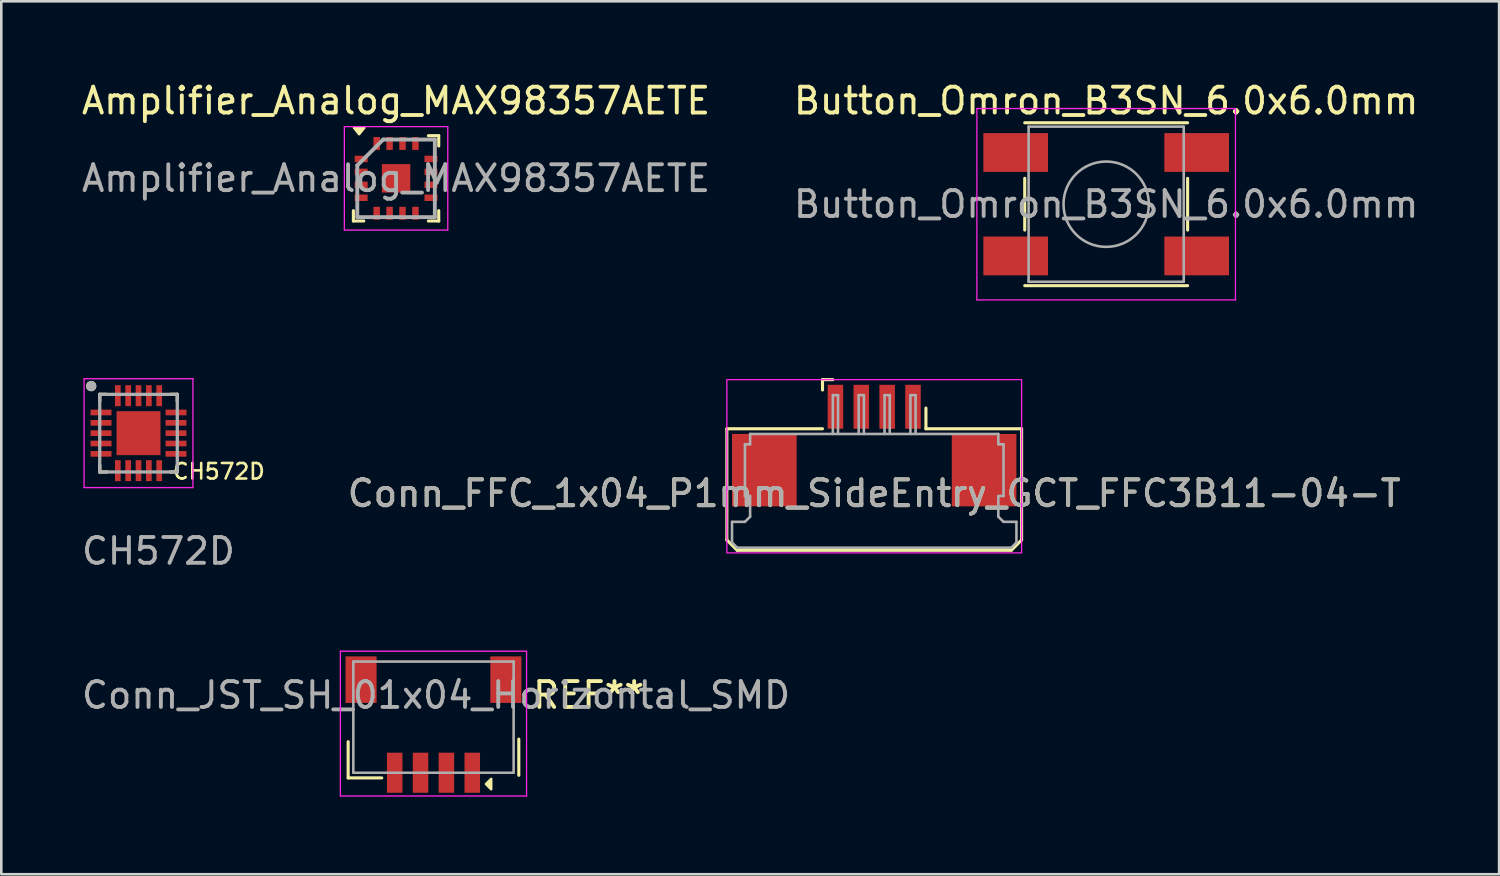
<source format=kicad_pcb>
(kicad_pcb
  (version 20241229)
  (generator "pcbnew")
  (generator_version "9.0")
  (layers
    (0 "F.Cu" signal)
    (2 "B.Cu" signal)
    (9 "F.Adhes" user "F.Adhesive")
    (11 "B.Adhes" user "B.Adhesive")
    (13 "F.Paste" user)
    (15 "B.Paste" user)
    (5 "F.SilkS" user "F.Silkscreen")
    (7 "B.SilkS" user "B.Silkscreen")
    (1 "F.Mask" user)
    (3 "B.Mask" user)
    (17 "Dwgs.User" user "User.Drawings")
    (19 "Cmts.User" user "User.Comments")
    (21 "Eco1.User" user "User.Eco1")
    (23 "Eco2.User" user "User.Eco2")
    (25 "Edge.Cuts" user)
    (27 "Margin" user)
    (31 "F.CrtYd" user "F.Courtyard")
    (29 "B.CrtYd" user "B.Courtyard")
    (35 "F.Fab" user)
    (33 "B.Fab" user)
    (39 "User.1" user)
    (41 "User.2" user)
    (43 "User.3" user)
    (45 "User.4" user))
  (footprint "Amplifier_Analog_MAX98357AETE"
    (layer "F.Cu")
    (at 12.268 3.848)
    (property "Reference" "Amplifier_Analog_MAX98357AETE" (at 0 -3 0) (layer "F.SilkS") (effects (font (size 1 1) (thickness 0.15))))
    (attr smd)
    (fp_line (start -1.65 1.65) (end -1.65 1.25) (stroke (width 0.12) (type default)) (layer "F.SilkS"))
    (fp_line (start -1.25 1.65) (end -1.65 1.65) (stroke (width 0.12) (type default)) (layer "F.SilkS"))
    (fp_line (start 1.25 -1.65) (end 1.65 -1.65) (stroke (width 0.12) (type default)) (layer "F.SilkS"))
    (fp_line (start 1.25 1.65) (end 1.65 1.65) (stroke (width 0.12) (type default)) (layer "F.SilkS"))
    (fp_line (start 1.65 -1.65) (end 1.65 -1.25) (stroke (width 0.12) (type default)) (layer "F.SilkS"))
    (fp_line (start 1.65 1.65) (end 1.65 1.25) (stroke (width 0.12) (type default)) (layer "F.SilkS"))
    (fp_poly (pts (xy -1.427 -1.709) (xy -1.627 -1.959) (xy -1.227 -1.959)) (stroke (width 0.1) (type solid)) (fill yes) (layer "F.SilkS"))
    (fp_line (start -2 -2) (end 2 -2) (stroke (width 0.05) (type default)) (layer "F.CrtYd"))
    (fp_line (start -2 2) (end -2 -2) (stroke (width 0.05) (type default)) (layer "F.CrtYd"))
    (fp_line (start 2 -2) (end 2 2) (stroke (width 0.05) (type default)) (layer "F.CrtYd"))
    (fp_line (start 2 2) (end -2 2) (stroke (width 0.05) (type default)) (layer "F.CrtYd"))
    (fp_line (start -1.5 -0.5) (end -1.5 1.5) (stroke (width 0.15) (type default)) (layer "F.Fab"))
    (fp_line (start -1.5 1.5) (end 1.5 1.5) (stroke (width 0.15) (type default)) (layer "F.Fab"))
    (fp_line (start -0.5 -1.5) (end -1.5 -0.5) (stroke (width 0.15) (type default)) (layer "F.Fab"))
    (fp_line (start 1.5 -1.5) (end -0.5 -1.5) (stroke (width 0.15) (type default)) (layer "F.Fab"))
    (fp_line (start 1.5 1.5) (end 1.5 -1.5) (stroke (width 0.15) (type default)) (layer "F.Fab"))
    (fp_text user "${REFERENCE}" (at 0 0 0) (layer "F.Fab") (effects (font (size 1 1) (thickness 0.15))))
    (pad "" smd rect (at 0 0) (size 0.9 0.9) (layers "F.Paste"))
    (pad "1" smd rect (at -1.35 -0.75 90) (size 0.25 0.5) (layers "F.Cu" "F.Mask" "F.Paste"))
    (pad "2" smd rect (at -1.35 -0.25 90) (size 0.25 0.5) (layers "F.Cu" "F.Mask" "F.Paste"))
    (pad "3" smd rect (at -1.35 0.25 90) (size 0.25 0.5) (layers "F.Cu" "F.Mask" "F.Paste"))
    (pad "4" smd rect (at -1.35 0.75 90) (size 0.25 0.5) (layers "F.Cu" "F.Mask" "F.Paste"))
    (pad "5" smd rect (at -0.75 1.35) (size 0.25 0.5) (layers "F.Cu" "F.Mask" "F.Paste"))
    (pad "6" smd rect (at -0.25 1.35) (size 0.25 0.5) (layers "F.Cu" "F.Mask" "F.Paste"))
    (pad "7" smd rect (at 0.25 1.35) (size 0.25 0.5) (layers "F.Cu" "F.Mask" "F.Paste"))
    (pad "8" smd rect (at 0.75 1.35) (size 0.25 0.5) (layers "F.Cu" "F.Mask" "F.Paste"))
    (pad "9" smd rect (at 1.35 0.75 90) (size 0.25 0.5) (layers "F.Cu" "F.Mask" "F.Paste"))
    (pad "10" smd rect (at 1.35 0.25 90) (size 0.25 0.5) (layers "F.Cu" "F.Mask" "F.Paste"))
    (pad "11" smd rect (at 1.35 -0.25 90) (size 0.25 0.5) (layers "F.Cu" "F.Mask" "F.Paste"))
    (pad "12" smd rect (at 1.35 -0.75 90) (size 0.25 0.5) (layers "F.Cu" "F.Mask" "F.Paste"))
    (pad "13" smd rect (at 0.75 -1.35) (size 0.25 0.5) (layers "F.Cu" "F.Mask" "F.Paste"))
    (pad "14" smd rect (at 0.25 -1.35) (size 0.25 0.5) (layers "F.Cu" "F.Mask" "F.Paste"))
    (pad "15" smd rect (at -0.25 -1.35) (size 0.25 0.5) (layers "F.Cu" "F.Mask" "F.Paste"))
    (pad "16" smd rect (at -0.75 -1.35) (size 0.25 0.5) (layers "F.Cu" "F.Mask" "F.Paste"))
    (pad "17" smd rect (at 0 0) (size 1.1 1.1) (layers "F.Cu" "F.Mask")))
  (footprint "CH572D"
    (layer "F.Cu")
    (at 3.077 15.763)
    (property "Reference" "CH572D" (at 2.34 -0.58 0) (unlocked yes) (layer "F.SilkS") (effects (font (size 0.6 0.6) (thickness 0.1))))
    (attr smd)
    (fp_poly (pts (xy -2.675 -3.02) (xy -1.775 -3.02) (xy -1.775 -2.7) (xy -2.675 -2.7)) (stroke (width 0.01) (type solid)) (fill yes) (layer "F.Mask"))
    (fp_poly (pts (xy -2.675 -2.62) (xy -1.775 -2.62) (xy -1.775 -2.3) (xy -2.675 -2.3)) (stroke (width 0.01) (type solid)) (fill yes) (layer "F.Mask"))
    (fp_poly (pts (xy -2.675 -2.22) (xy -1.775 -2.22) (xy -1.775 -1.9) (xy -2.675 -1.9)) (stroke (width 0.01) (type solid)) (fill yes) (layer "F.Mask"))
    (fp_poly (pts (xy -2.675 -1.82) (xy -1.775 -1.82) (xy -1.775 -1.5) (xy -2.675 -1.5)) (stroke (width 0.01) (type solid)) (fill yes) (layer "F.Mask"))
    (fp_poly (pts (xy -2.675 -1.42) (xy -1.775 -1.42) (xy -1.775 -1.1) (xy -2.675 -1.1)) (stroke (width 0.01) (type solid)) (fill yes) (layer "F.Mask"))
    (fp_poly (pts (xy -1.73 -3.965) (xy -1.41 -3.965) (xy -1.41 -3.055) (xy -1.73 -3.055)) (stroke (width 0.01) (type solid)) (fill yes) (layer "F.Mask"))
    (fp_poly (pts (xy -1.73 -1.065) (xy -1.41 -1.065) (xy -1.41 -0.155) (xy -1.73 -0.155)) (stroke (width 0.01) (type solid)) (fill yes) (layer "F.Mask"))
    (fp_poly (pts (xy -1.67 -2.96) (xy 0.13 -2.96) (xy 0.13 -1.16) (xy -1.67 -1.16)) (stroke (width 0.01) (type solid)) (fill yes) (layer "F.Mask"))
    (fp_poly (pts (xy -1.33 -3.965) (xy -1.01 -3.965) (xy -1.01 -3.055) (xy -1.33 -3.055)) (stroke (width 0.01) (type solid)) (fill yes) (layer "F.Mask"))
    (fp_poly (pts (xy -1.33 -1.065) (xy -1.01 -1.065) (xy -1.01 -0.155) (xy -1.33 -0.155)) (stroke (width 0.01) (type solid)) (fill yes) (layer "F.Mask"))
    (fp_poly (pts (xy -0.93 -3.965) (xy -0.61 -3.965) (xy -0.61 -3.055) (xy -0.93 -3.055)) (stroke (width 0.01) (type solid)) (fill yes) (layer "F.Mask"))
    (fp_poly (pts (xy -0.93 -1.065) (xy -0.61 -1.065) (xy -0.61 -0.155) (xy -0.93 -0.155)) (stroke (width 0.01) (type solid)) (fill yes) (layer "F.Mask"))
    (fp_poly (pts (xy -0.53 -3.965) (xy -0.21 -3.965) (xy -0.21 -3.055) (xy -0.53 -3.055)) (stroke (width 0.01) (type solid)) (fill yes) (layer "F.Mask"))
    (fp_poly (pts (xy -0.53 -1.065) (xy -0.21 -1.065) (xy -0.21 -0.155) (xy -0.53 -0.155)) (stroke (width 0.01) (type solid)) (fill yes) (layer "F.Mask"))
    (fp_poly (pts (xy -0.13 -3.965) (xy 0.19 -3.965) (xy 0.19 -3.055) (xy -0.13 -3.055)) (stroke (width 0.01) (type solid)) (fill yes) (layer "F.Mask"))
    (fp_poly (pts (xy -0.13 -1.065) (xy 0.19 -1.065) (xy 0.19 -0.155) (xy -0.13 -0.155)) (stroke (width 0.01) (type solid)) (fill yes) (layer "F.Mask"))
    (fp_poly (pts (xy 0.235 -3.02) (xy 1.135 -3.02) (xy 1.135 -2.7) (xy 0.235 -2.7)) (stroke (width 0.01) (type solid)) (fill yes) (layer "F.Mask"))
    (fp_poly (pts (xy 0.235 -2.62) (xy 1.135 -2.62) (xy 1.135 -2.3) (xy 0.235 -2.3)) (stroke (width 0.01) (type solid)) (fill yes) (layer "F.Mask"))
    (fp_poly (pts (xy 0.235 -2.22) (xy 1.135 -2.22) (xy 1.135 -1.9) (xy 0.235 -1.9)) (stroke (width 0.01) (type solid)) (fill yes) (layer "F.Mask"))
    (fp_poly (pts (xy 0.235 -1.82) (xy 1.135 -1.82) (xy 1.135 -1.5) (xy 0.235 -1.5)) (stroke (width 0.01) (type solid)) (fill yes) (layer "F.Mask"))
    (fp_poly (pts (xy 0.235 -1.42) (xy 1.135 -1.42) (xy 1.135 -1.1) (xy 0.235 -1.1)) (stroke (width 0.01) (type solid)) (fill yes) (layer "F.Mask"))
    (fp_line (start -2.27 -3.56) (end -2.27 -3.29) (stroke (width 0.127) (type solid)) (layer "F.SilkS"))
    (fp_line (start -2.27 -3.56) (end -2 -3.56) (stroke (width 0.127) (type solid)) (layer "F.SilkS"))
    (fp_line (start -2.27 -0.56) (end -2.27 -0.83) (stroke (width 0.127) (type solid)) (layer "F.SilkS"))
    (fp_line (start -2.27 -0.56) (end -2 -0.56) (stroke (width 0.127) (type solid)) (layer "F.SilkS"))
    (fp_line (start 0.73 -3.56) (end 0.46 -3.56) (stroke (width 0.127) (type solid)) (layer "F.SilkS"))
    (fp_line (start 0.73 -3.56) (end 0.73 -3.29) (stroke (width 0.127) (type solid)) (layer "F.SilkS"))
    (fp_line (start 0.73 -0.56) (end 0.46 -0.56) (stroke (width 0.127) (type solid)) (layer "F.SilkS"))
    (fp_line (start 0.73 -0.56) (end 0.73 -0.83) (stroke (width 0.127) (type solid)) (layer "F.SilkS"))
    (fp_circle (center -2.6 -3.88) (end -2.5 -3.88) (stroke (width 0.2) (type solid)) (fill no) (layer "F.SilkS"))
    (fp_line (start -2.875 -4.165) (end 1.335 -4.165) (stroke (width 0.05) (type solid)) (layer "F.CrtYd"))
    (fp_line (start -2.875 0.045) (end -2.875 -4.165) (stroke (width 0.05) (type solid)) (layer "F.CrtYd"))
    (fp_line (start -2.875 0.045) (end 1.335 0.045) (stroke (width 0.05) (type solid)) (layer "F.CrtYd"))
    (fp_line (start 1.335 0.045) (end 1.335 -4.165) (stroke (width 0.05) (type solid)) (layer "F.CrtYd"))
    (fp_line (start -2.27 -0.56) (end -2.27 -3.56) (stroke (width 0.127) (type solid)) (layer "F.Fab"))
    (fp_line (start 0.73 -3.56) (end -2.27 -3.56) (stroke (width 0.127) (type solid)) (layer "F.Fab"))
    (fp_line (start 0.73 -0.56) (end -2.27 -0.56) (stroke (width 0.127) (type solid)) (layer "F.Fab"))
    (fp_line (start 0.73 -0.56) (end 0.73 -3.56) (stroke (width 0.127) (type solid)) (layer "F.Fab"))
    (fp_circle (center -2.6 -3.88) (end -2.5 -3.88) (stroke (width 0.2) (type solid)) (fill no) (layer "F.Fab"))
    (fp_text user "${REFERENCE}" (at 0 2.5 0) (unlocked yes) (layer "F.Fab") (effects (font (size 1 1) (thickness 0.15))))
    (pad "1" smd rect (at -2.22 -2.86) (size 0.81 0.22) (layers "F.Cu" "F.Paste"))
    (pad "2" smd rect (at -2.22 -2.46) (size 0.81 0.22) (layers "F.Cu" "F.Paste"))
    (pad "3" smd rect (at -2.22 -2.06) (size 0.81 0.22) (layers "F.Cu" "F.Paste"))
    (pad "4" smd rect (at -2.22 -1.66) (size 0.81 0.22) (layers "F.Cu" "F.Paste"))
    (pad "5" smd rect (at -2.22 -1.26) (size 0.81 0.22) (layers "F.Cu" "F.Paste"))
    (pad "6" smd rect (at -1.57 -0.61) (size 0.22 0.81) (layers "F.Cu" "F.Paste"))
    (pad "7" smd rect (at -1.17 -0.61) (size 0.22 0.81) (layers "F.Cu" "F.Paste"))
    (pad "8" smd rect (at -0.77 -0.61) (size 0.22 0.81) (layers "F.Cu" "F.Paste"))
    (pad "9" smd rect (at -0.37 -0.61) (size 0.22 0.81) (layers "F.Cu" "F.Paste"))
    (pad "10" smd rect (at 0.03 -0.61) (size 0.22 0.81) (layers "F.Cu" "F.Paste"))
    (pad "11" smd rect (at 0.68 -1.26) (size 0.81 0.22) (layers "F.Cu" "F.Paste"))
    (pad "12" smd rect (at 0.68 -1.66) (size 0.81 0.22) (layers "F.Cu" "F.Paste"))
    (pad "13" smd rect (at 0.68 -2.06) (size 0.81 0.22) (layers "F.Cu" "F.Paste"))
    (pad "14" smd rect (at 0.68 -2.46) (size 0.81 0.22) (layers "F.Cu" "F.Paste"))
    (pad "15" smd rect (at 0.68 -2.86) (size 0.81 0.22) (layers "F.Cu" "F.Paste"))
    (pad "16" smd rect (at 0.03 -3.51) (size 0.22 0.81) (layers "F.Cu" "F.Paste"))
    (pad "17" smd rect (at -0.37 -3.51) (size 0.22 0.81) (layers "F.Cu" "F.Paste"))
    (pad "18" smd rect (at -0.77 -3.51) (size 0.22 0.81) (layers "F.Cu" "F.Paste"))
    (pad "19" smd rect (at -1.17 -3.51) (size 0.22 0.81) (layers "F.Cu" "F.Paste"))
    (pad "20" smd rect (at -1.57 -3.51) (size 0.22 0.81) (layers "F.Cu" "F.Paste"))
    (pad "21" smd rect (at -0.77 -2.06) (size 1.7 1.7) (layers "F.Cu")))
  (footprint "Conn_FFC_1x04_P1mm_SideEntry_GCT_FFC3B11-04-T"
    (layer "F.Cu")
    (at 30.761 13.733)
    (property "Reference" "Conn_FFC_1x04_P1mm_SideEntry_GCT_FFC3B11-04-T" (at 0 2.3 0) (unlocked yes) (layer "F.SilkS") (effects (font (size 1 1) (thickness 0.15))))
    (attr smd)
    (fp_line (start -5.7 -0.2) (end -5.7 4.1) (stroke (width 0.12) (type default)) (layer "F.SilkS"))
    (fp_line (start -5.3 4.5) (end -5.7 4.1) (stroke (width 0.12) (type default)) (layer "F.SilkS"))
    (fp_line (start -2 -2.1) (end -1.6 -2.1) (stroke (width 0.12) (type default)) (layer "F.SilkS"))
    (fp_line (start -2 -1.7) (end -2 -2.1) (stroke (width 0.12) (type default)) (layer "F.SilkS"))
    (fp_line (start -2 -0.2) (end -5.7 -0.2) (stroke (width 0.12) (type default)) (layer "F.SilkS"))
    (fp_line (start 2 -1) (end 2 -0.2) (stroke (width 0.12) (type default)) (layer "F.SilkS"))
    (fp_line (start 2 -0.2) (end 5.7 -0.2) (stroke (width 0.12) (type default)) (layer "F.SilkS"))
    (fp_line (start 5.3 4.5) (end -5.3 4.5) (stroke (width 0.12) (type default)) (layer "F.SilkS"))
    (fp_line (start 5.7 -0.2) (end 5.7 4.1) (stroke (width 0.12) (type default)) (layer "F.SilkS"))
    (fp_line (start 5.7 4.1) (end 5.3 4.5) (stroke (width 0.12) (type default)) (layer "F.SilkS"))
    (fp_rect (start -5.7 4.6) (end 5.7 -2.1) (stroke (width 0.05) (type default)) (fill no) (layer "F.CrtYd"))
    (fp_line (start -5.5 3.4) (end -5.5 4.2) (stroke (width 0.1) (type default)) (layer "F.Fab"))
    (fp_line (start -5.5 4.2) (end -5.3 4.4) (stroke (width 0.1) (type default)) (layer "F.Fab"))
    (fp_line (start -5.3 4.4) (end 5.3 4.4) (stroke (width 0.1) (type default)) (layer "F.Fab"))
    (fp_line (start -5 0.4) (end -5 2.4) (stroke (width 0.1) (type default)) (layer "F.Fab"))
    (fp_line (start -5 2.4) (end -4.8 2.4) (stroke (width 0.1) (type default)) (layer "F.Fab"))
    (fp_line (start -5 3.4) (end -5.5 3.4) (stroke (width 0.1) (type default)) (layer "F.Fab"))
    (fp_line (start -5 3.4) (end -4.8 3.2) (stroke (width 0.1) (type default)) (layer "F.Fab"))
    (fp_line (start -4.8 0) (end -4.8 0.4) (stroke (width 0.1) (type default)) (layer "F.Fab"))
    (fp_line (start -4.8 0.4) (end -5 0.4) (stroke (width 0.1) (type default)) (layer "F.Fab"))
    (fp_line (start -4.8 3.2) (end -4.8 2.4) (stroke (width 0.1) (type default)) (layer "F.Fab"))
    (fp_line (start -1.6 -1.5) (end -1.4 -1.5) (stroke (width 0.1) (type default)) (layer "F.Fab"))
    (fp_line (start -1.6 0) (end -1.6 -1.5) (stroke (width 0.1) (type default)) (layer "F.Fab"))
    (fp_line (start -1.4 -1.5) (end -1.4 0) (stroke (width 0.1) (type default)) (layer "F.Fab"))
    (fp_line (start -0.6 -1.5) (end -0.4 -1.5) (stroke (width 0.1) (type default)) (layer "F.Fab"))
    (fp_line (start -0.6 0) (end -0.6 -1.5) (stroke (width 0.1) (type default)) (layer "F.Fab"))
    (fp_line (start -0.4 -1.5) (end -0.4 0) (stroke (width 0.1) (type default)) (layer "F.Fab"))
    (fp_line (start 0.4 -1.5) (end 0.6 -1.5) (stroke (width 0.1) (type default)) (layer "F.Fab"))
    (fp_line (start 0.4 0) (end 0.4 -1.5) (stroke (width 0.1) (type default)) (layer "F.Fab"))
    (fp_line (start 0.6 -1.5) (end 0.6 0) (stroke (width 0.1) (type default)) (layer "F.Fab"))
    (fp_line (start 1.4 -1.5) (end 1.6 -1.5) (stroke (width 0.1) (type default)) (layer "F.Fab"))
    (fp_line (start 1.4 0) (end 1.4 -1.5) (stroke (width 0.1) (type default)) (layer "F.Fab"))
    (fp_line (start 1.6 -1.5) (end 1.6 0) (stroke (width 0.1) (type default)) (layer "F.Fab"))
    (fp_line (start 4.8 0) (end -4.8 0) (stroke (width 0.1) (type default)) (layer "F.Fab"))
    (fp_line (start 4.8 0) (end 4.8 0.4) (stroke (width 0.1) (type default)) (layer "F.Fab"))
    (fp_line (start 4.8 0.4) (end 5 0.4) (stroke (width 0.1) (type default)) (layer "F.Fab"))
    (fp_line (start 4.8 3.2) (end 4.8 2.4) (stroke (width 0.1) (type default)) (layer "F.Fab"))
    (fp_line (start 5 0.4) (end 5 2.4) (stroke (width 0.1) (type default)) (layer "F.Fab"))
    (fp_line (start 5 2.4) (end 4.8 2.4) (stroke (width 0.1) (type default)) (layer "F.Fab"))
    (fp_line (start 5 3.4) (end 4.8 3.2) (stroke (width 0.1) (type default)) (layer "F.Fab"))
    (fp_line (start 5.5 3.4) (end 5 3.4) (stroke (width 0.1) (type default)) (layer "F.Fab"))
    (fp_line (start 5.5 4.2) (end 5.3 4.4) (stroke (width 0.1) (type default)) (layer "F.Fab"))
    (fp_line (start 5.5 4.2) (end 5.5 3.4) (stroke (width 0.1) (type default)) (layer "F.Fab"))
    (fp_text user "${REFERENCE}" (at 0 2.3 0) (unlocked yes) (layer "F.Fab") (effects (font (size 1 1) (thickness 0.15))))
    (pad "" smd rect (at -4.25 1.4) (size 2.5 2.8) (layers "F.Cu" "F.Mask" "F.Paste"))
    (pad "" smd rect (at 4.25 1.4) (size 2.5 2.8) (layers "F.Cu" "F.Mask" "F.Paste"))
    (pad "1" smd rect (at -1.5 -1.05) (size 0.6 1.7) (layers "F.Cu" "F.Mask" "F.Paste"))
    (pad "2" smd rect (at -0.5 -1.05) (size 0.6 1.7) (layers "F.Cu" "F.Mask" "F.Paste"))
    (pad "3" smd rect (at 0.5 -1.05) (size 0.6 1.7) (layers "F.Cu" "F.Mask" "F.Paste"))
    (pad "4" smd rect (at 1.5 -1.05) (size 0.6 1.7) (layers "F.Cu" "F.Mask" "F.Paste")))
  (footprint "Button_Omron_B3SN_6.0x6.0mm"
    (layer "F.Cu")
    (at 39.732 4.848)
    (property "Reference" "Button_Omron_B3SN_6.0x6.0mm" (at 0 -4 0) (layer "F.SilkS") (effects (font (size 1 1) (thickness 0.15))))
    (attr smd)
    (fp_line (start -3.15 -3.15) (end 3.15 -3.15) (stroke (width 0.12) (type solid)) (layer "F.SilkS"))
    (fp_line (start -3.15 1) (end -3.15 -1) (stroke (width 0.12) (type solid)) (layer "F.SilkS"))
    (fp_line (start 3.15 -1) (end 3.15 1) (stroke (width 0.12) (type solid)) (layer "F.SilkS"))
    (fp_line (start 3.15 3.15) (end -3.15 3.15) (stroke (width 0.12) (type solid)) (layer "F.SilkS"))
    (fp_line (start -5 -3.7) (end -5 3.7) (stroke (width 0.05) (type solid)) (layer "F.CrtYd"))
    (fp_line (start -5 3.7) (end 5 3.7) (stroke (width 0.05) (type solid)) (layer "F.CrtYd"))
    (fp_line (start 5 -3.7) (end -5 -3.7) (stroke (width 0.05) (type solid)) (layer "F.CrtYd"))
    (fp_line (start 5 3.7) (end 5 -3.7) (stroke (width 0.05) (type solid)) (layer "F.CrtYd"))
    (fp_line (start -3 -3) (end 3 -3) (stroke (width 0.1) (type solid)) (layer "F.Fab"))
    (fp_line (start -3 3) (end -3 -3) (stroke (width 0.1) (type solid)) (layer "F.Fab"))
    (fp_line (start 3 -3) (end 3 3) (stroke (width 0.1) (type solid)) (layer "F.Fab"))
    (fp_line (start 3 3) (end -3 3) (stroke (width 0.1) (type solid)) (layer "F.Fab"))
    (fp_circle (center 0 0) (end 1.65 0) (stroke (width 0.1) (type solid)) (fill no) (layer "F.Fab"))
    (fp_text user "${REFERENCE}" (at 0 0 0) (unlocked yes) (layer "F.Fab") (effects (font (size 1 1) (thickness 0.15))))
    (pad "1" smd rect (at -3.5 -2) (size 2.5 1.5) (layers "F.Cu" "F.Mask" "F.Paste"))
    (pad "1" smd rect (at 3.5 -2) (size 2.5 1.5) (layers "F.Cu" "F.Mask" "F.Paste"))
    (pad "2" smd rect (at -3.5 2) (size 2.5 1.5) (layers "F.Cu" "F.Mask" "F.Paste"))
    (pad "2" smd rect (at 3.5 2) (size 2.5 1.5) (layers "F.Cu" "F.Mask" "F.Paste")))
  (footprint "Conn_JST_SH_01x04_Horizontal_SMD"
    (layer "F.Cu")
    (at 13.715 24.936)
    (property "Reference" "Conn_JST_SH_01x04_Horizontal_SMD" (at 0.1 -1.1 0) (layer "F.Fab") (effects (font (size 1 1) (thickness 0.15))))
    (attr smd)
    (fp_line (start -3.3 2.1) (end -3.3 0.7) (stroke (width 0.12) (type solid)) (layer "F.SilkS"))
    (fp_line (start -2 2.1) (end -3.3 2.1) (stroke (width 0.12) (type solid)) (layer "F.SilkS"))
    (fp_line (start 3.3 2) (end 3.3 0.6) (stroke (width 0.12) (type solid)) (layer "F.SilkS"))
    (fp_poly (pts (xy 2.031 2.337) (xy 2.231 2.138) (xy 2.231 2.538)) (stroke (width 0.1) (type solid)) (fill yes) (layer "F.SilkS"))
    (fp_line (start -3.6 -2.8) (end 3.6 -2.8) (stroke (width 0.05) (type solid)) (layer "F.CrtYd"))
    (fp_line (start -3.6 2.8) (end -3.6 -2.8) (stroke (width 0.05) (type solid)) (layer "F.CrtYd"))
    (fp_line (start 3.6 -2.8) (end 3.6 2.8) (stroke (width 0.05) (type solid)) (layer "F.CrtYd"))
    (fp_line (start 3.6 2.8) (end -3.6 2.8) (stroke (width 0.05) (type solid)) (layer "F.CrtYd"))
    (fp_line (start -3.1 -2.4) (end 3.1 -2.4) (stroke (width 0.1) (type solid)) (layer "F.Fab"))
    (fp_line (start -3.1 1.9) (end -3.1 -2.4) (stroke (width 0.1) (type solid)) (layer "F.Fab"))
    (fp_line (start 3.1 -2.4) (end 3.1 1.9) (stroke (width 0.1) (type solid)) (layer "F.Fab"))
    (fp_line (start 3.1 1.9) (end -3.1 1.9) (stroke (width 0.1) (type solid)) (layer "F.Fab"))
    (fp_text user "REF**" (at 6 -1.1 0) (unlocked yes) (layer "F.SilkS") (effects (font (size 1 1) (thickness 0.15))))
    (pad "" smd rect (at -2.8 -1.7) (size 1.2 1.8) (layers "F.Cu" "F.Mask" "F.Paste"))
    (pad "" smd rect (at 2.8 -1.7) (size 1.2 1.8) (layers "F.Cu" "F.Mask" "F.Paste"))
    (pad "1" smd rect (at 1.5 1.9) (size 0.6 1.55) (layers "F.Cu" "F.Mask" "F.Paste"))
    (pad "2" smd rect (at 0.5 1.9) (size 0.6 1.55) (layers "F.Cu" "F.Mask" "F.Paste"))
    (pad "3" smd rect (at -0.5 1.9) (size 0.6 1.55) (layers "F.Cu" "F.Mask" "F.Paste"))
    (pad "4" smd rect (at -1.5 1.9) (size 0.6 1.55) (layers "F.Cu" "F.Mask" "F.Paste")))
  (gr_rect
    (start -3 -3)
    (end 54.929 30.762)
    (stroke (width 0.1) (type default))
    (fill no)
    (layer "Edge.Cuts")))
</source>
